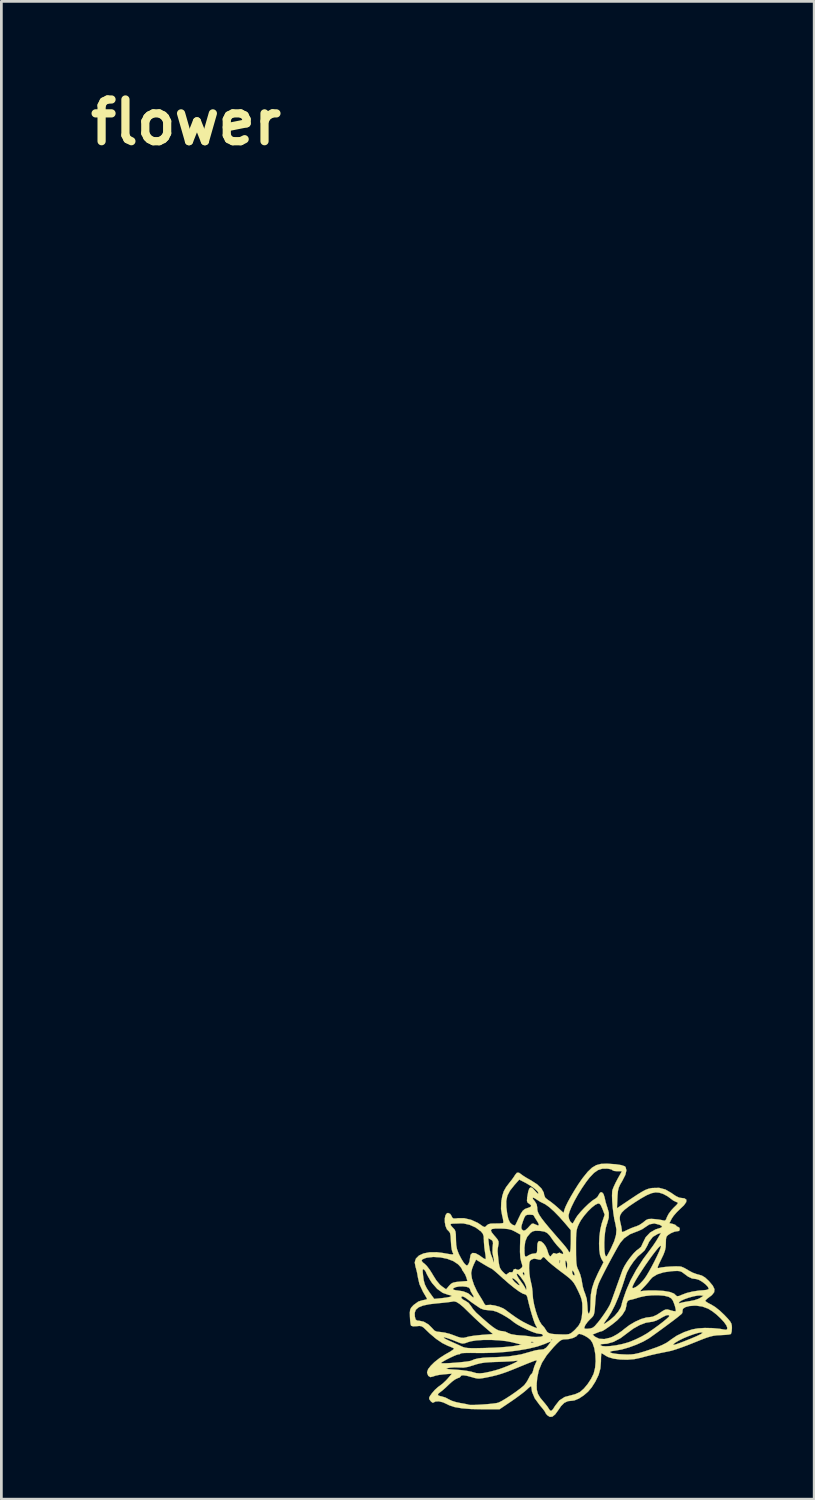
<source format=kicad_pcb>
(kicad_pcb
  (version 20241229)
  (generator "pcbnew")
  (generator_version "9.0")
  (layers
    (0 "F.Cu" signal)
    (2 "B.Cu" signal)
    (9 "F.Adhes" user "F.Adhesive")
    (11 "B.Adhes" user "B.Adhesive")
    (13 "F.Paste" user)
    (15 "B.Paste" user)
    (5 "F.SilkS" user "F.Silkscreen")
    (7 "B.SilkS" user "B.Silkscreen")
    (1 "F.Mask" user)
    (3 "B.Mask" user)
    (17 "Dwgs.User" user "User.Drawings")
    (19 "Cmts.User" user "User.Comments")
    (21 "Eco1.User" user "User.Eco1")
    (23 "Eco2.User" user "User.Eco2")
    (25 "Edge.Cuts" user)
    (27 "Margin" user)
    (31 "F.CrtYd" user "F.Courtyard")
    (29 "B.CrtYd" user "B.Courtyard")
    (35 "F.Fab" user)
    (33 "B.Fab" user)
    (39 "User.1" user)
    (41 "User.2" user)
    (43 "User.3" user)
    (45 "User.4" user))
  (footprint "flower"
    (layer "F.Cu")
    (at 3.745 1.418)
    (property "Reference" "flower" (at 0 0 0) (layer "F.SilkS") (effects (font (size 1.524 1.524) (thickness 0.3))))
    (attr through_hole)
    (fp_poly (pts (xy 15.409 38.038) (xy 15.695 38.058) (xy 15.899 38.089) (xy 16.022 38.131) (xy 16.054 38.159) (xy 16.085 38.279) (xy 16.047 38.444) (xy 15.939 38.656) (xy 15.93 38.672) (xy 15.852 38.805) (xy 15.803 38.916) (xy 15.776 39.035) (xy 15.761 39.193) (xy 15.756 39.295) (xy 15.74 39.665) (xy 16.269 39.31) (xy 16.486 39.166) (xy 16.65 39.065) (xy 16.776 38.997) (xy 16.882 38.956) (xy 16.983 38.932) (xy 17.032 38.925) (xy 17.282 38.92) (xy 17.509 38.98) (xy 17.735 39.111) (xy 17.776 39.142) (xy 17.898 39.223) (xy 18.009 39.275) (xy 18.059 39.285) (xy 18.206 39.303) (xy 18.276 39.354) (xy 18.269 39.439) (xy 18.185 39.558) (xy 18.054 39.682) (xy 17.923 39.809) (xy 17.808 39.942) (xy 17.738 40.047) (xy 17.655 40.21) (xy 17.781 40.238) (xy 17.869 40.269) (xy 17.907 40.304) (xy 17.907 40.305) (xy 17.941 40.339) (xy 17.971 40.344) (xy 18.022 40.379) (xy 18.034 40.428) (xy 18.011 40.493) (xy 17.936 40.504) (xy 17.84 40.521) (xy 17.718 40.572) (xy 17.682 40.593) (xy 17.595 40.651) (xy 17.548 40.708) (xy 17.53 40.79) (xy 17.526 40.927) (xy 17.526 40.941) (xy 17.519 41.083) (xy 17.493 41.212) (xy 17.439 41.357) (xy 17.353 41.536) (xy 17.274 41.699) (xy 17.232 41.8) (xy 17.227 41.846) (xy 17.253 41.85) (xy 17.258 41.849) (xy 17.353 41.827) (xy 17.505 41.808) (xy 17.683 41.794) (xy 17.86 41.787) (xy 18.006 41.788) (xy 18.085 41.797) (xy 18.183 41.837) (xy 18.308 41.906) (xy 18.355 41.937) (xy 18.504 42.017) (xy 18.67 42.077) (xy 18.711 42.086) (xy 18.841 42.124) (xy 18.959 42.195) (xy 19.092 42.318) (xy 19.103 42.33) (xy 19.238 42.49) (xy 19.301 42.62) (xy 19.29 42.732) (xy 19.208 42.836) (xy 19.133 42.894) (xy 19.035 42.968) (xy 18.975 43.027) (xy 18.965 43.045) (xy 19 43.081) (xy 19.091 43.137) (xy 19.177 43.18) (xy 19.325 43.27) (xy 19.497 43.406) (xy 19.664 43.564) (xy 19.794 43.702) (xy 19.875 43.8) (xy 19.919 43.879) (xy 19.936 43.958) (xy 19.939 44.041) (xy 19.93 44.163) (xy 19.907 44.245) (xy 19.894 44.261) (xy 19.832 44.276) (xy 19.711 44.289) (xy 19.553 44.298) (xy 19.524 44.299) (xy 19.39 44.306) (xy 19.27 44.322) (xy 19.144 44.351) (xy 18.995 44.399) (xy 18.804 44.472) (xy 18.563 44.569) (xy 18.327 44.663) (xy 18.099 44.748) (xy 17.899 44.817) (xy 17.747 44.864) (xy 17.695 44.877) (xy 17.52 44.913) (xy 17.317 44.954) (xy 17.187 44.981) (xy 16.994 45.025) (xy 16.775 45.081) (xy 16.616 45.125) (xy 16.378 45.175) (xy 16.117 45.197) (xy 15.855 45.19) (xy 15.615 45.158) (xy 15.421 45.1) (xy 15.341 45.058) (xy 15.245 44.996) (xy 15.184 44.961) (xy 15.175 44.958) (xy 15.165 44.997) (xy 15.158 45.099) (xy 15.155 45.244) (xy 15.155 45.265) (xy 15.135 45.515) (xy 15.07 45.75) (xy 14.952 45.994) (xy 14.816 46.208) (xy 14.686 46.362) (xy 14.523 46.502) (xy 14.352 46.614) (xy 14.193 46.681) (xy 14.111 46.694) (xy 13.947 46.711) (xy 13.816 46.772) (xy 13.698 46.89) (xy 13.601 47.031) (xy 13.484 47.193) (xy 13.382 47.276) (xy 13.288 47.285) (xy 13.192 47.222) (xy 13.19 47.22) (xy 13.137 47.153) (xy 13.123 47.121) (xy 13.097 47.075) (xy 13.029 46.985) (xy 12.931 46.868) (xy 12.914 46.848) (xy 12.736 46.604) (xy 12.637 46.368) (xy 12.616 46.209) (xy 12.607 46.169) (xy 12.571 46.178) (xy 12.496 46.242) (xy 12.457 46.28) (xy 12.357 46.366) (xy 12.207 46.482) (xy 12.03 46.612) (xy 11.874 46.72) (xy 11.451 47.006) (xy 10.837 47.007) (xy 10.418 46.999) (xy 10.076 46.972) (xy 9.809 46.926) (xy 9.61 46.86) (xy 9.552 46.83) (xy 9.389 46.754) (xy 9.235 46.717) (xy 9.113 46.723) (xy 9.07 46.745) (xy 9.014 46.77) (xy 8.957 46.732) (xy 8.929 46.7) (xy 8.886 46.64) (xy 8.879 46.59) (xy 8.912 46.521) (xy 8.934 46.491) (xy 9.199 46.491) (xy 9.27 46.524) (xy 9.335 46.537) (xy 9.477 46.58) (xy 9.603 46.647) (xy 9.708 46.698) (xy 9.861 46.746) (xy 10.015 46.779) (xy 10.161 46.804) (xy 10.271 46.826) (xy 10.321 46.841) (xy 10.321 46.841) (xy 10.373 46.849) (xy 10.489 46.85) (xy 10.649 46.844) (xy 10.832 46.833) (xy 11.02 46.819) (xy 11.192 46.802) (xy 11.327 46.784) (xy 11.407 46.766) (xy 11.407 46.766) (xy 11.523 46.71) (xy 11.681 46.616) (xy 11.861 46.5) (xy 12.041 46.375) (xy 12.202 46.255) (xy 12.324 46.155) (xy 12.37 46.109) (xy 12.373 46.104) (xy 12.806 46.104) (xy 12.812 46.293) (xy 12.853 46.446) (xy 12.935 46.585) (xy 13.017 46.685) (xy 13.12 46.807) (xy 13.206 46.918) (xy 13.245 46.979) (xy 13.295 47.052) (xy 13.344 47.063) (xy 13.403 47.006) (xy 13.482 46.882) (xy 13.637 46.684) (xy 13.831 46.559) (xy 14.053 46.5) (xy 14.215 46.457) (xy 14.374 46.385) (xy 14.403 46.366) (xy 14.533 46.251) (xy 14.671 46.085) (xy 14.795 45.896) (xy 14.885 45.715) (xy 14.891 45.699) (xy 14.942 45.49) (xy 14.962 45.251) (xy 14.951 45.006) (xy 14.935 44.909) (xy 15.487 44.909) (xy 15.499 44.936) (xy 15.583 44.963) (xy 15.732 44.986) (xy 15.909 45) (xy 16.093 45.008) (xy 16.245 45.006) (xy 16.388 44.989) (xy 16.544 44.954) (xy 16.737 44.897) (xy 16.942 44.83) (xy 17.202 44.739) (xy 17.399 44.658) (xy 17.43 44.642) (xy 17.792 44.642) (xy 17.808 44.656) (xy 17.895 44.635) (xy 18.055 44.579) (xy 18.162 44.538) (xy 18.441 44.427) (xy 18.653 44.336) (xy 18.794 44.267) (xy 18.861 44.222) (xy 18.864 44.208) (xy 18.803 44.199) (xy 18.685 44.223) (xy 18.528 44.271) (xy 18.35 44.337) (xy 18.169 44.413) (xy 18.004 44.494) (xy 17.873 44.572) (xy 17.843 44.593) (xy 17.792 44.642) (xy 17.43 44.642) (xy 17.552 44.578) (xy 17.68 44.489) (xy 17.712 44.463) (xy 17.926 44.319) (xy 18.197 44.189) (xy 18.485 44.091) (xy 18.693 44.053) (xy 18.952 44.037) (xy 19.233 44.043) (xy 19.504 44.069) (xy 19.632 44.092) (xy 19.726 44.105) (xy 19.764 44.082) (xy 19.77 44.031) (xy 19.737 43.943) (xy 19.651 43.822) (xy 19.526 43.686) (xy 19.38 43.549) (xy 19.227 43.429) (xy 19.083 43.34) (xy 19.066 43.331) (xy 18.858 43.254) (xy 18.644 43.224) (xy 18.571 43.222) (xy 18.383 43.237) (xy 18.238 43.277) (xy 18.151 43.336) (xy 18.133 43.409) (xy 18.136 43.417) (xy 18.126 43.49) (xy 18.095 43.529) (xy 18.013 43.597) (xy 17.98 43.625) (xy 17.897 43.69) (xy 17.763 43.792) (xy 17.595 43.917) (xy 17.411 44.053) (xy 17.229 44.186) (xy 17.065 44.304) (xy 16.939 44.394) (xy 16.904 44.418) (xy 16.701 44.534) (xy 16.448 44.648) (xy 16.176 44.748) (xy 15.913 44.823) (xy 15.693 44.862) (xy 15.55 44.883) (xy 15.487 44.909) (xy 14.935 44.909) (xy 14.913 44.777) (xy 14.872 44.656) (xy 15.133 44.656) (xy 15.137 44.666) (xy 15.201 44.698) (xy 15.33 44.708) (xy 15.504 44.698) (xy 15.707 44.671) (xy 15.921 44.628) (xy 16.128 44.571) (xy 16.225 44.538) (xy 16.431 44.451) (xy 16.645 44.347) (xy 16.826 44.243) (xy 16.86 44.221) (xy 17.065 44.08) (xy 17.257 43.941) (xy 17.423 43.813) (xy 17.552 43.707) (xy 17.632 43.632) (xy 17.653 43.6) (xy 17.622 43.563) (xy 17.534 43.579) (xy 17.396 43.647) (xy 17.329 43.688) (xy 17.179 43.766) (xy 17.04 43.81) (xy 16.992 43.815) (xy 16.795 43.846) (xy 16.569 43.932) (xy 16.337 44.061) (xy 16.143 44.205) (xy 15.872 44.408) (xy 15.613 44.546) (xy 15.376 44.613) (xy 15.29 44.619) (xy 15.17 44.628) (xy 15.133 44.656) (xy 14.872 44.656) (xy 14.849 44.587) (xy 14.777 44.474) (xy 14.681 44.393) (xy 14.565 44.323) (xy 14.469 44.28) (xy 14.849 44.28) (xy 14.949 44.364) (xy 15.095 44.433) (xy 15.285 44.442) (xy 15.5 44.391) (xy 15.6 44.349) (xy 15.755 44.262) (xy 15.922 44.146) (xy 16.008 44.075) (xy 16.194 43.934) (xy 16.406 43.809) (xy 16.621 43.712) (xy 16.814 43.656) (xy 16.909 43.646) (xy 17.046 43.626) (xy 17.195 43.558) (xy 17.3 43.491) (xy 17.425 43.408) (xy 17.508 43.367) (xy 17.579 43.36) (xy 17.666 43.382) (xy 17.695 43.392) (xy 17.805 43.421) (xy 17.877 43.428) (xy 17.888 43.424) (xy 17.889 43.375) (xy 17.867 43.271) (xy 17.839 43.18) (xy 17.82 43.13) (xy 17.996 43.13) (xy 18.024 43.135) (xy 18.076 43.12) (xy 18.178 43.095) (xy 18.324 43.069) (xy 18.419 43.054) (xy 18.576 43.021) (xy 18.719 42.972) (xy 18.778 42.942) (xy 18.9 42.862) (xy 18.787 42.849) (xy 18.677 42.855) (xy 18.525 42.885) (xy 18.357 42.932) (xy 18.199 42.988) (xy 18.079 43.044) (xy 18.028 43.082) (xy 17.996 43.13) (xy 17.82 43.13) (xy 17.784 43.039) (xy 17.721 42.955) (xy 17.63 42.902) (xy 17.627 42.9) (xy 17.467 42.86) (xy 17.254 42.842) (xy 17.015 42.845) (xy 16.778 42.869) (xy 16.57 42.914) (xy 16.531 42.926) (xy 16.388 42.971) (xy 16.269 43.002) (xy 16.212 43.011) (xy 16.134 43.048) (xy 16.091 43.151) (xy 16.087 43.212) (xy 16.047 43.379) (xy 15.933 43.563) (xy 15.751 43.756) (xy 15.569 43.904) (xy 15.422 44.01) (xy 15.299 44.094) (xy 15.216 44.144) (xy 15.193 44.154) (xy 15.13 44.169) (xy 15.027 44.206) (xy 15.001 44.217) (xy 14.849 44.28) (xy 14.469 44.28) (xy 14.451 44.273) (xy 14.361 44.253) (xy 14.319 44.272) (xy 14.256 44.343) (xy 14.136 44.403) (xy 13.984 44.442) (xy 13.877 44.45) (xy 13.786 44.454) (xy 13.713 44.476) (xy 13.637 44.526) (xy 13.54 44.617) (xy 13.426 44.736) (xy 13.177 45.03) (xy 12.998 45.311) (xy 12.884 45.592) (xy 12.828 45.857) (xy 12.806 46.104) (xy 12.373 46.104) (xy 12.457 45.986) (xy 12.526 45.858) (xy 12.528 45.853) (xy 12.574 45.763) (xy 12.614 45.721) (xy 12.617 45.72) (xy 12.648 45.683) (xy 12.678 45.594) (xy 12.681 45.582) (xy 12.722 45.442) (xy 12.772 45.325) (xy 12.81 45.243) (xy 12.801 45.219) (xy 12.738 45.234) (xy 12.735 45.235) (xy 12.655 45.265) (xy 12.519 45.318) (xy 12.349 45.387) (xy 12.234 45.434) (xy 11.952 45.55) (xy 11.727 45.638) (xy 11.538 45.704) (xy 11.366 45.756) (xy 11.191 45.8) (xy 11.042 45.832) (xy 10.861 45.867) (xy 10.735 45.884) (xy 10.638 45.883) (xy 10.54 45.863) (xy 10.445 45.835) (xy 10.25 45.782) (xy 10.113 45.764) (xy 10.042 45.782) (xy 10.033 45.804) (xy 9.997 45.843) (xy 9.917 45.873) (xy 9.826 45.918) (xy 9.707 46.005) (xy 9.608 46.096) (xy 9.486 46.213) (xy 9.37 46.315) (xy 9.301 46.368) (xy 9.21 46.441) (xy 9.199 46.491) (xy 8.934 46.491) (xy 8.979 46.426) (xy 9.087 46.301) (xy 9.208 46.192) (xy 9.254 46.16) (xy 9.368 46.074) (xy 9.495 45.956) (xy 9.557 45.889) (xy 9.713 45.706) (xy 9.411 45.731) (xy 9.248 45.751) (xy 9.109 45.78) (xy 9.025 45.81) (xy 9.024 45.81) (xy 8.926 45.833) (xy 8.848 45.786) (xy 8.807 45.682) (xy 8.805 45.649) (xy 8.841 45.547) (xy 8.856 45.527) (xy 9.507 45.527) (xy 9.551 45.538) (xy 9.663 45.549) (xy 9.851 45.561) (xy 9.864 45.562) (xy 10.07 45.579) (xy 10.263 45.605) (xy 10.416 45.634) (xy 10.477 45.652) (xy 10.597 45.686) (xy 10.728 45.696) (xy 10.887 45.68) (xy 11.094 45.637) (xy 11.293 45.586) (xy 11.436 45.543) (xy 11.592 45.487) (xy 11.748 45.426) (xy 11.891 45.365) (xy 12.009 45.309) (xy 12.088 45.265) (xy 12.116 45.238) (xy 12.081 45.234) (xy 12.065 45.237) (xy 11.966 45.248) (xy 11.805 45.259) (xy 11.602 45.269) (xy 11.38 45.277) (xy 11.362 45.277) (xy 11.106 45.287) (xy 10.91 45.302) (xy 10.752 45.327) (xy 10.606 45.364) (xy 10.506 45.397) (xy 10.3 45.459) (xy 10.132 45.485) (xy 9.981 45.481) (xy 9.813 45.476) (xy 9.647 45.487) (xy 9.588 45.497) (xy 9.522 45.514) (xy 9.507 45.527) (xy 8.856 45.527) (xy 8.938 45.419) (xy 9.041 45.318) (xy 9.313 45.318) (xy 9.352 45.327) (xy 9.456 45.328) (xy 9.607 45.322) (xy 9.784 45.31) (xy 9.97 45.295) (xy 10.146 45.277) (xy 10.292 45.259) (xy 10.39 45.241) (xy 10.414 45.233) (xy 10.539 45.181) (xy 10.688 45.146) (xy 10.876 45.123) (xy 11.122 45.11) (xy 11.303 45.106) (xy 11.785 45.077) (xy 12.235 45.004) (xy 12.61 44.898) (xy 12.762 44.855) (xy 12.913 44.832) (xy 12.949 44.831) (xy 13.063 44.816) (xy 13.153 44.759) (xy 13.22 44.683) (xy 13.287 44.595) (xy 13.319 44.542) (xy 13.319 44.535) (xy 13.273 44.55) (xy 13.174 44.589) (xy 13.095 44.623) (xy 12.828 44.716) (xy 12.493 44.796) (xy 12.107 44.862) (xy 11.685 44.912) (xy 11.243 44.943) (xy 10.799 44.953) (xy 10.615 44.951) (xy 10.404 44.948) (xy 10.227 44.95) (xy 10.1 44.955) (xy 10.037 44.965) (xy 10.033 44.969) (xy 9.998 44.995) (xy 9.95 45) (xy 9.887 45.018) (xy 9.778 45.063) (xy 9.645 45.125) (xy 9.511 45.193) (xy 9.398 45.256) (xy 9.327 45.303) (xy 9.313 45.318) (xy 9.041 45.318) (xy 9.084 45.277) (xy 9.265 45.135) (xy 9.467 45.005) (xy 9.514 44.979) (xy 9.651 44.901) (xy 9.748 44.835) (xy 9.79 44.794) (xy 9.789 44.787) (xy 9.734 44.758) (xy 9.628 44.713) (xy 9.566 44.69) (xy 9.365 44.591) (xy 9.136 44.436) (xy 9.075 44.384) (xy 9.407 44.384) (xy 9.431 44.411) (xy 9.515 44.459) (xy 9.635 44.515) (xy 9.8 44.589) (xy 9.964 44.663) (xy 10.054 44.706) (xy 10.124 44.736) (xy 10.199 44.757) (xy 10.294 44.77) (xy 10.424 44.776) (xy 10.604 44.776) (xy 10.848 44.771) (xy 10.953 44.768) (xy 11.218 44.759) (xy 11.478 44.745) (xy 11.709 44.727) (xy 11.892 44.709) (xy 11.969 44.698) (xy 12.255 44.646) (xy 11.946 44.567) (xy 12.591 44.567) (xy 12.633 44.574) (xy 12.688 44.566) (xy 12.689 44.551) (xy 12.632 44.541) (xy 12.607 44.548) (xy 12.591 44.567) (xy 11.946 44.567) (xy 11.938 44.565) (xy 11.705 44.519) (xy 11.434 44.489) (xy 11.147 44.474) (xy 10.865 44.475) (xy 10.61 44.491) (xy 10.405 44.524) (xy 10.315 44.55) (xy 10.187 44.595) (xy 10.098 44.607) (xy 10.012 44.586) (xy 9.955 44.564) (xy 9.723 44.471) (xy 13.335 44.471) (xy 13.356 44.492) (xy 13.377 44.471) (xy 13.356 44.45) (xy 13.335 44.471) (xy 9.723 44.471) (xy 9.723 44.471) (xy 9.549 44.409) (xy 9.442 44.382) (xy 9.407 44.384) (xy 9.075 44.384) (xy 8.903 44.24) (xy 8.782 44.123) (xy 8.679 44.024) (xy 8.602 43.975) (xy 8.522 43.963) (xy 8.428 43.972) (xy 8.294 43.978) (xy 8.221 43.955) (xy 8.217 43.949) (xy 8.201 43.885) (xy 8.186 43.763) (xy 8.178 43.623) (xy 8.175 43.482) (xy 8.352 43.482) (xy 8.358 43.622) (xy 8.359 43.629) (xy 8.387 43.727) (xy 8.44 43.767) (xy 8.517 43.773) (xy 8.683 43.809) (xy 8.853 43.908) (xy 8.997 44.051) (xy 9.001 44.057) (xy 9.073 44.134) (xy 9.162 44.172) (xy 9.297 44.186) (xy 9.454 44.208) (xy 9.637 44.255) (xy 9.758 44.298) (xy 9.927 44.362) (xy 10.045 44.395) (xy 10.138 44.399) (xy 10.233 44.378) (xy 10.27 44.366) (xy 10.366 44.344) (xy 10.52 44.32) (xy 10.706 44.3) (xy 10.801 44.291) (xy 11.209 44.26) (xy 10.909 44.005) (xy 10.729 43.847) (xy 10.531 43.663) (xy 10.353 43.491) (xy 10.332 43.47) (xy 10.139 43.282) (xy 9.988 43.156) (xy 9.873 43.085) (xy 9.784 43.064) (xy 9.749 43.07) (xy 9.678 43.083) (xy 9.542 43.1) (xy 9.364 43.12) (xy 9.2 43.135) (xy 8.89 43.17) (xy 8.657 43.219) (xy 8.495 43.284) (xy 8.395 43.37) (xy 8.352 43.482) (xy 8.175 43.482) (xy 8.175 43.47) (xy 8.187 43.371) (xy 8.223 43.297) (xy 8.293 43.219) (xy 8.311 43.2) (xy 8.487 43.072) (xy 8.63 43.028) (xy 8.738 43.006) (xy 8.8 42.986) (xy 8.805 42.98) (xy 8.785 42.936) (xy 8.731 42.842) (xy 8.659 42.721) (xy 8.527 42.438) (xy 8.473 42.206) (xy 8.444 42.04) (xy 8.431 41.982) (xy 8.645 41.982) (xy 8.658 42.123) (xy 8.683 42.303) (xy 8.723 42.447) (xy 8.792 42.586) (xy 8.901 42.75) (xy 8.932 42.793) (xy 9.066 42.977) (xy 9.349 42.948) (xy 9.502 42.928) (xy 9.625 42.905) (xy 9.629 42.904) (xy 10.051 42.904) (xy 10.065 42.951) (xy 10.124 43.006) (xy 10.207 43.048) (xy 10.319 43.121) (xy 10.404 43.231) (xy 10.485 43.351) (xy 10.593 43.473) (xy 10.618 43.497) (xy 10.859 43.712) (xy 11.048 43.876) (xy 11.196 43.994) (xy 11.312 44.074) (xy 11.406 44.123) (xy 11.488 44.147) (xy 11.567 44.154) (xy 11.677 44.178) (xy 11.761 44.221) (xy 11.868 44.264) (xy 12.045 44.295) (xy 12.205 44.31) (xy 12.367 44.321) (xy 12.493 44.334) (xy 12.563 44.345) (xy 12.569 44.348) (xy 12.618 44.358) (xy 12.724 44.364) (xy 12.813 44.365) (xy 12.954 44.358) (xy 13.024 44.335) (xy 13.039 44.306) (xy 13 44.261) (xy 12.901 44.249) (xy 12.796 44.23) (xy 12.641 44.176) (xy 12.459 44.098) (xy 12.272 44.007) (xy 12.102 43.913) (xy 11.972 43.826) (xy 11.938 43.798) (xy 11.848 43.728) (xy 11.711 43.638) (xy 11.557 43.548) (xy 11.553 43.545) (xy 11.368 43.454) (xy 11.218 43.406) (xy 11.07 43.391) (xy 11.066 43.391) (xy 10.888 43.372) (xy 10.752 43.32) (xy 10.747 43.317) (xy 10.563 43.193) (xy 10.429 43.1) (xy 10.324 43.021) (xy 10.273 42.981) (xy 10.178 42.916) (xy 10.102 42.884) (xy 10.095 42.884) (xy 10.051 42.904) (xy 9.629 42.904) (xy 9.689 42.886) (xy 9.695 42.859) (xy 9.621 42.834) (xy 9.582 42.827) (xy 9.375 42.754) (xy 9.173 42.608) (xy 8.99 42.4) (xy 8.916 42.288) (xy 8.84 42.156) (xy 8.785 42.052) (xy 8.763 41.998) (xy 8.763 41.997) (xy 8.734 41.945) (xy 8.697 41.908) (xy 8.662 41.886) (xy 8.645 41.906) (xy 8.645 41.982) (xy 8.431 41.982) (xy 8.409 41.889) (xy 8.383 41.804) (xy 8.353 41.642) (xy 8.371 41.585) (xy 8.603 41.585) (xy 8.657 41.65) (xy 8.718 41.697) (xy 8.798 41.776) (xy 8.897 41.906) (xy 8.995 42.061) (xy 9.013 42.094) (xy 9.141 42.298) (xy 9.271 42.454) (xy 9.342 42.515) (xy 9.5 42.627) (xy 9.512 42.613) (xy 9.749 42.613) (xy 9.777 42.642) (xy 9.864 42.662) (xy 9.895 42.664) (xy 10.124 42.7) (xy 10.305 42.772) (xy 10.394 42.843) (xy 10.473 42.914) (xy 10.511 42.919) (xy 10.496 42.863) (xy 10.459 42.803) (xy 10.4 42.702) (xy 10.372 42.621) (xy 10.372 42.615) (xy 10.334 42.565) (xy 10.239 42.533) (xy 10.11 42.519) (xy 9.972 42.523) (xy 9.85 42.546) (xy 9.767 42.586) (xy 9.749 42.613) (xy 9.512 42.613) (xy 9.608 42.497) (xy 9.678 42.425) (xy 9.755 42.382) (xy 9.866 42.358) (xy 9.997 42.345) (xy 10.278 42.322) (xy 10.241 42.195) (xy 10.194 42.079) (xy 10.174 42.049) (xy 10.415 42.049) (xy 10.443 42.236) (xy 10.516 42.46) (xy 10.623 42.692) (xy 10.717 42.85) (xy 10.799 42.981) (xy 10.864 43.093) (xy 10.893 43.151) (xy 10.942 43.206) (xy 11.009 43.2) (xy 11.118 43.194) (xy 11.271 43.216) (xy 11.436 43.261) (xy 11.579 43.319) (xy 11.642 43.357) (xy 11.864 43.522) (xy 12.039 43.646) (xy 12.187 43.742) (xy 12.328 43.823) (xy 12.482 43.901) (xy 12.488 43.904) (xy 12.635 43.973) (xy 12.75 44.023) (xy 12.814 44.045) (xy 12.821 44.045) (xy 12.811 44.006) (xy 12.772 43.941) (xy 12.737 43.866) (xy 12.688 43.728) (xy 12.632 43.549) (xy 12.574 43.348) (xy 12.521 43.146) (xy 12.478 42.963) (xy 12.47 42.922) (xy 12.436 42.841) (xy 12.394 42.813) (xy 12.302 42.784) (xy 12.161 42.7) (xy 11.98 42.568) (xy 11.769 42.396) (xy 11.572 42.221) (xy 11.568 42.218) (xy 11.912 42.218) (xy 11.923 42.261) (xy 11.983 42.336) (xy 12.023 42.376) (xy 12.127 42.46) (xy 12.179 42.48) (xy 12.174 42.442) (xy 12.104 42.354) (xy 12.075 42.324) (xy 11.989 42.249) (xy 11.927 42.215) (xy 11.912 42.218) (xy 11.568 42.218) (xy 11.422 42.086) (xy 11.295 41.975) (xy 11.203 41.899) (xy 11.159 41.868) (xy 11.159 41.868) (xy 11.112 41.847) (xy 11.014 41.793) (xy 10.883 41.716) (xy 10.863 41.704) (xy 10.594 41.541) (xy 10.504 41.727) (xy 10.449 41.869) (xy 10.418 42.006) (xy 10.415 42.049) (xy 10.174 42.049) (xy 10.14 41.996) (xy 10.088 41.923) (xy 10.075 41.884) (xy 10.047 41.834) (xy 9.975 41.751) (xy 9.927 41.704) (xy 9.761 41.594) (xy 9.539 41.51) (xy 9.289 41.459) (xy 9.035 41.443) (xy 8.805 41.469) (xy 8.727 41.491) (xy 8.626 41.537) (xy 8.603 41.585) (xy 8.371 41.585) (xy 8.397 41.503) (xy 8.508 41.393) (xy 8.677 41.315) (xy 8.897 41.273) (xy 9.159 41.271) (xy 9.377 41.298) (xy 9.565 41.331) (xy 9.683 41.349) (xy 9.745 41.351) (xy 9.763 41.335) (xy 9.751 41.301) (xy 9.732 41.267) (xy 9.707 41.18) (xy 9.686 41.038) (xy 9.675 40.87) (xy 9.675 40.86) (xy 9.664 40.679) (xy 9.643 40.569) (xy 9.608 40.514) (xy 9.601 40.509) (xy 9.528 40.433) (xy 9.479 40.314) (xy 9.472 40.278) (xy 9.663 40.278) (xy 9.726 40.355) (xy 9.755 40.384) (xy 9.81 40.444) (xy 9.841 40.515) (xy 9.855 40.62) (xy 9.859 40.784) (xy 9.859 40.795) (xy 9.867 40.997) (xy 9.897 41.158) (xy 9.957 41.319) (xy 9.972 41.351) (xy 10.047 41.496) (xy 10.124 41.623) (xy 10.171 41.687) (xy 10.235 41.749) (xy 10.276 41.75) (xy 10.313 41.708) (xy 10.354 41.613) (xy 10.37 41.502) (xy 10.394 41.364) (xy 10.46 41.298) (xy 10.568 41.306) (xy 10.717 41.386) (xy 10.805 41.451) (xy 10.887 41.507) (xy 10.939 41.524) (xy 10.943 41.522) (xy 10.948 41.472) (xy 10.937 41.366) (xy 10.922 41.276) (xy 10.896 41.093) (xy 10.881 40.899) (xy 10.88 40.833) (xy 10.875 40.758) (xy 11.037 40.758) (xy 11.067 41.024) (xy 11.093 41.187) (xy 11.129 41.332) (xy 11.158 41.408) (xy 11.203 41.517) (xy 11.222 41.601) (xy 11.233 41.642) (xy 11.246 41.625) (xy 11.248 41.552) (xy 11.225 41.443) (xy 11.22 41.427) (xy 11.194 41.279) (xy 11.197 41.102) (xy 11.2 41.071) (xy 11.213 40.943) (xy 11.203 40.87) (xy 11.163 40.826) (xy 11.133 40.809) (xy 11.037 40.758) (xy 10.875 40.758) (xy 10.872 40.688) (xy 10.839 40.592) (xy 10.769 40.507) (xy 10.763 40.502) (xy 10.714 40.466) (xy 11.135 40.466) (xy 11.162 40.541) (xy 11.253 40.655) (xy 11.286 40.692) (xy 11.374 40.798) (xy 11.414 40.878) (xy 11.416 40.962) (xy 11.406 41.015) (xy 11.386 41.135) (xy 11.38 41.225) (xy 11.38 41.233) (xy 11.402 41.473) (xy 11.421 41.644) (xy 11.442 41.764) (xy 11.469 41.847) (xy 11.506 41.91) (xy 11.556 41.97) (xy 11.568 41.983) (xy 11.651 42.064) (xy 11.701 42.088) (xy 11.731 42.068) (xy 12.076 42.068) (xy 12.092 42.123) (xy 12.149 42.222) (xy 12.232 42.34) (xy 12.321 42.465) (xy 12.385 42.57) (xy 12.409 42.63) (xy 12.42 42.646) (xy 12.433 42.603) (xy 12.421 42.513) (xy 12.371 42.394) (xy 12.345 42.349) (xy 12.234 42.188) (xy 12.148 42.087) (xy 12.093 42.053) (xy 12.076 42.068) (xy 11.731 42.068) (xy 11.738 42.063) (xy 11.748 42.05) (xy 11.787 42.026) (xy 12.297 42.026) (xy 12.304 42.058) (xy 12.334 42.114) (xy 12.345 42.122) (xy 12.359 42.087) (xy 12.361 42.058) (xy 12.339 42.002) (xy 12.32 41.995) (xy 12.297 42.026) (xy 11.787 42.026) (xy 11.823 42.003) (xy 11.868 42.008) (xy 11.928 42.006) (xy 11.938 41.975) (xy 11.967 41.902) (xy 12.03 41.879) (xy 12.075 41.903) (xy 12.136 41.919) (xy 12.214 41.876) (xy 12.227 41.864) (xy 12.531 41.864) (xy 12.542 42.051) (xy 12.569 42.24) (xy 12.595 42.351) (xy 12.634 42.527) (xy 12.657 42.718) (xy 12.659 42.774) (xy 12.674 42.967) (xy 12.714 43.187) (xy 12.772 43.412) (xy 12.842 43.623) (xy 12.917 43.798) (xy 12.991 43.917) (xy 13.014 43.939) (xy 13.087 44.021) (xy 13.147 44.116) (xy 13.189 44.18) (xy 13.248 44.223) (xy 13.34 44.25) (xy 13.481 44.265) (xy 13.689 44.273) (xy 13.729 44.274) (xy 13.884 44.275) (xy 13.986 44.262) (xy 14.066 44.224) (xy 14.157 44.148) (xy 14.207 44.101) (xy 14.268 44.034) (xy 14.544 44.034) (xy 14.566 44.064) (xy 14.651 44.069) (xy 14.773 44.055) (xy 14.861 44.025) (xy 14.934 43.964) (xy 14.997 43.891) (xy 15.26 43.891) (xy 15.306 43.871) (xy 15.411 43.8) (xy 15.512 43.725) (xy 15.658 43.595) (xy 15.785 43.444) (xy 15.876 43.294) (xy 15.917 43.169) (xy 15.917 43.154) (xy 15.931 43.099) (xy 15.968 42.983) (xy 16.023 42.823) (xy 16.07 42.691) (xy 16.593 42.691) (xy 16.615 42.698) (xy 16.643 42.691) (xy 16.728 42.678) (xy 16.872 42.669) (xy 17.054 42.667) (xy 17.164 42.668) (xy 17.456 42.686) (xy 17.678 42.725) (xy 17.826 42.783) (xy 17.883 42.837) (xy 17.932 42.878) (xy 18.011 42.869) (xy 18.11 42.826) (xy 18.282 42.761) (xy 18.504 42.707) (xy 18.744 42.671) (xy 18.87 42.662) (xy 19.008 42.648) (xy 19.083 42.621) (xy 19.092 42.604) (xy 19.058 42.53) (xy 18.97 42.439) (xy 18.854 42.35) (xy 18.734 42.28) (xy 18.632 42.249) (xy 18.624 42.249) (xy 18.481 42.229) (xy 18.338 42.161) (xy 18.183 42.046) (xy 18.112 41.994) (xy 18.042 41.964) (xy 17.948 41.954) (xy 17.805 41.959) (xy 17.729 41.964) (xy 17.444 42.005) (xy 17.207 42.081) (xy 17.032 42.189) (xy 16.955 42.275) (xy 16.885 42.366) (xy 16.782 42.482) (xy 16.715 42.552) (xy 16.625 42.646) (xy 16.593 42.691) (xy 16.07 42.691) (xy 16.083 42.655) (xy 16.122 42.564) (xy 16.298 42.564) (xy 16.328 42.586) (xy 16.416 42.549) (xy 16.477 42.511) (xy 16.57 42.433) (xy 16.679 42.318) (xy 16.739 42.246) (xy 16.816 42.134) (xy 16.909 41.978) (xy 17.011 41.794) (xy 17.112 41.6) (xy 17.205 41.411) (xy 17.281 41.245) (xy 17.332 41.117) (xy 17.349 41.044) (xy 17.349 41.039) (xy 17.321 41.04) (xy 17.256 41.102) (xy 17.163 41.214) (xy 17.048 41.363) (xy 16.92 41.539) (xy 16.786 41.731) (xy 16.655 41.927) (xy 16.533 42.117) (xy 16.429 42.287) (xy 16.351 42.429) (xy 16.306 42.529) (xy 16.298 42.564) (xy 16.122 42.564) (xy 16.237 42.297) (xy 16.447 41.911) (xy 16.699 41.519) (xy 16.959 41.169) (xy 17.06 41.031) (xy 17.17 40.867) (xy 17.222 40.781) (xy 17.351 40.562) (xy 17.227 40.605) (xy 17.049 40.711) (xy 16.911 40.892) (xy 16.852 41.024) (xy 16.75 41.204) (xy 16.641 41.305) (xy 16.5 41.428) (xy 16.351 41.604) (xy 16.214 41.805) (xy 16.109 42.003) (xy 16.071 42.1) (xy 15.929 42.536) (xy 15.796 42.9) (xy 15.667 43.203) (xy 15.537 43.458) (xy 15.401 43.676) (xy 15.323 43.783) (xy 15.267 43.862) (xy 15.26 43.891) (xy 14.997 43.891) (xy 15.036 43.848) (xy 15.154 43.696) (xy 15.274 43.528) (xy 15.384 43.362) (xy 15.469 43.216) (xy 15.51 43.126) (xy 15.553 43.009) (xy 15.614 42.839) (xy 15.685 42.643) (xy 15.727 42.524) (xy 15.798 42.326) (xy 15.866 42.138) (xy 15.92 41.987) (xy 15.943 41.924) (xy 16.009 41.785) (xy 16.109 41.622) (xy 16.229 41.457) (xy 16.351 41.31) (xy 16.461 41.202) (xy 16.523 41.159) (xy 16.623 41.071) (xy 16.686 40.931) (xy 16.789 40.724) (xy 16.952 40.552) (xy 17.153 40.437) (xy 17.211 40.419) (xy 17.34 40.378) (xy 17.39 40.343) (xy 17.364 40.305) (xy 17.291 40.266) (xy 17.102 40.218) (xy 16.926 40.254) (xy 16.797 40.339) (xy 16.661 40.431) (xy 16.504 40.502) (xy 16.472 40.512) (xy 16.217 40.613) (xy 16.002 40.761) (xy 15.861 40.926) (xy 15.777 41.065) (xy 15.671 41.254) (xy 15.549 41.476) (xy 15.423 41.711) (xy 15.302 41.943) (xy 15.195 42.154) (xy 15.111 42.324) (xy 15.064 42.43) (xy 15.005 42.631) (xy 14.964 42.899) (xy 14.946 43.112) (xy 14.933 43.315) (xy 14.918 43.452) (xy 14.898 43.543) (xy 14.866 43.608) (xy 14.816 43.664) (xy 14.772 43.706) (xy 14.67 43.814) (xy 14.59 43.924) (xy 14.574 43.954) (xy 14.544 44.034) (xy 14.268 44.034) (xy 14.327 43.971) (xy 14.406 43.834) (xy 14.452 43.669) (xy 14.474 43.455) (xy 14.477 43.294) (xy 14.473 43.139) (xy 14.452 43.011) (xy 14.409 42.877) (xy 14.333 42.708) (xy 14.309 42.659) (xy 14.235 42.511) (xy 14.169 42.399) (xy 14.095 42.306) (xy 13.997 42.214) (xy 13.859 42.104) (xy 13.762 42.031) (xy 14.105 42.031) (xy 14.141 42.102) (xy 14.179 42.122) (xy 14.197 42.089) (xy 14.172 42.011) (xy 14.132 41.948) (xy 14.106 41.948) (xy 14.105 41.949) (xy 14.105 42.031) (xy 13.762 42.031) (xy 13.713 41.995) (xy 13.537 41.86) (xy 13.375 41.73) (xy 13.245 41.619) (xy 13.239 41.614) (xy 13.638 41.614) (xy 13.645 41.674) (xy 13.659 41.667) (xy 13.66 41.663) (xy 13.856 41.663) (xy 13.871 41.768) (xy 13.893 41.867) (xy 13.906 41.888) (xy 13.916 41.837) (xy 13.919 41.811) (xy 13.922 41.699) (xy 13.909 41.625) (xy 13.878 41.573) (xy 13.859 41.591) (xy 13.856 41.663) (xy 13.66 41.663) (xy 13.665 41.58) (xy 13.659 41.561) (xy 13.644 41.555) (xy 13.638 41.614) (xy 13.239 41.614) (xy 13.169 41.545) (xy 13.093 41.466) (xy 13.049 41.444) (xy 13.015 41.473) (xy 13.003 41.492) (xy 12.953 41.543) (xy 12.88 41.54) (xy 12.839 41.526) (xy 12.713 41.505) (xy 12.628 41.534) (xy 12.575 41.572) (xy 12.546 41.629) (xy 12.533 41.728) (xy 12.531 41.864) (xy 12.227 41.864) (xy 12.271 41.825) (xy 12.286 41.772) (xy 12.265 41.685) (xy 12.247 41.635) (xy 12.212 41.48) (xy 12.198 41.261) (xy 12.199 41.167) (xy 12.361 41.167) (xy 12.365 41.327) (xy 12.382 41.413) (xy 12.418 41.436) (xy 12.482 41.404) (xy 12.512 41.382) (xy 12.618 41.334) (xy 12.711 41.319) (xy 12.779 41.312) (xy 12.814 41.281) (xy 12.826 41.202) (xy 12.827 41.104) (xy 12.835 40.964) (xy 12.864 40.888) (xy 12.897 40.864) (xy 12.97 40.877) (xy 13.055 40.947) (xy 13.135 41.054) (xy 13.189 41.175) (xy 13.194 41.19) (xy 13.23 41.306) (xy 13.26 41.374) (xy 13.293 41.425) (xy 13.326 41.412) (xy 13.365 41.36) (xy 13.427 41.299) (xy 13.474 41.313) (xy 13.537 41.334) (xy 13.575 41.311) (xy 13.645 41.288) (xy 13.691 41.314) (xy 13.754 41.34) (xy 13.778 41.319) (xy 13.766 41.267) (xy 13.706 41.184) (xy 13.661 41.138) (xy 13.548 41.016) (xy 13.431 40.87) (xy 13.387 40.807) (xy 13.281 40.658) (xy 13.192 40.568) (xy 13.095 40.519) (xy 12.966 40.496) (xy 12.905 40.491) (xy 12.76 40.487) (xy 12.665 40.508) (xy 12.588 40.56) (xy 12.58 40.568) (xy 12.46 40.71) (xy 12.39 40.877) (xy 12.363 41.091) (xy 12.361 41.167) (xy 12.199 41.167) (xy 12.2 41.046) (xy 12.213 40.626) (xy 12.023 40.519) (xy 11.904 40.461) (xy 11.781 40.427) (xy 11.625 40.41) (xy 11.483 40.405) (xy 11.29 40.406) (xy 11.175 40.424) (xy 11.135 40.466) (xy 10.714 40.466) (xy 10.583 40.371) (xy 12.245 40.371) (xy 12.261 40.428) (xy 12.275 40.447) (xy 12.328 40.484) (xy 12.392 40.467) (xy 12.481 40.389) (xy 12.558 40.304) (xy 12.627 40.234) (xy 12.685 40.224) (xy 12.759 40.256) (xy 12.855 40.296) (xy 12.89 40.277) (xy 12.864 40.201) (xy 12.808 40.11) (xy 12.743 40.009) (xy 12.705 39.939) (xy 12.7 39.925) (xy 12.663 39.908) (xy 12.57 39.9) (xy 12.546 39.9) (xy 12.459 39.905) (xy 12.403 39.931) (xy 12.36 39.998) (xy 12.311 40.125) (xy 12.306 40.141) (xy 12.259 40.283) (xy 12.245 40.371) (xy 10.583 40.371) (xy 10.58 40.368) (xy 10.358 40.269) (xy 10.134 40.219) (xy 10.036 40.216) (xy 9.895 40.222) (xy 9.775 40.225) (xy 9.747 40.226) (xy 9.67 40.237) (xy 9.663 40.278) (xy 9.472 40.278) (xy 9.453 40.173) (xy 9.452 40.034) (xy 9.478 39.918) (xy 9.53 39.847) (xy 9.571 39.836) (xy 9.652 39.874) (xy 9.696 39.946) (xy 9.729 40.013) (xy 9.777 40.04) (xy 9.869 40.037) (xy 9.929 40.028) (xy 10.163 40.029) (xy 10.416 40.089) (xy 10.658 40.2) (xy 10.739 40.254) (xy 10.842 40.326) (xy 10.902 40.351) (xy 10.944 40.335) (xy 10.979 40.297) (xy 11.039 40.25) (xy 11.13 40.226) (xy 11.277 40.222) (xy 11.304 40.222) (xy 11.444 40.221) (xy 11.548 40.212) (xy 11.587 40.201) (xy 11.591 40.149) (xy 11.574 40.042) (xy 11.547 39.931) (xy 11.505 39.693) (xy 11.513 39.452) (xy 11.515 39.434) (xy 11.521 39.396) (xy 11.696 39.396) (xy 11.7 39.62) (xy 11.7 39.624) (xy 11.732 39.88) (xy 11.774 40.063) (xy 11.833 40.187) (xy 11.914 40.262) (xy 12.014 40.299) (xy 12.036 40.265) (xy 12.082 40.173) (xy 12.142 40.042) (xy 12.145 40.037) (xy 12.227 39.866) (xy 12.298 39.758) (xy 12.376 39.694) (xy 12.475 39.656) (xy 12.499 39.65) (xy 12.594 39.61) (xy 12.605 39.559) (xy 12.533 39.498) (xy 12.526 39.495) (xy 12.473 39.454) (xy 12.453 39.393) (xy 12.461 39.284) (xy 12.66 39.284) (xy 12.68 39.34) (xy 12.742 39.412) (xy 12.809 39.528) (xy 12.827 39.635) (xy 12.83 39.707) (xy 12.843 39.776) (xy 12.872 39.851) (xy 12.922 39.94) (xy 12.999 40.05) (xy 13.108 40.19) (xy 13.254 40.367) (xy 13.445 40.589) (xy 13.684 40.864) (xy 13.769 40.961) (xy 13.868 41.08) (xy 13.939 41.176) (xy 13.97 41.231) (xy 13.97 41.233) (xy 14.002 41.274) (xy 14.012 41.275) (xy 14.032 41.235) (xy 14.047 41.123) (xy 14.047 41.106) (xy 14.245 41.106) (xy 14.246 41.36) (xy 14.25 41.547) (xy 14.26 41.681) (xy 14.276 41.779) (xy 14.3 41.857) (xy 14.336 41.931) (xy 14.34 41.939) (xy 14.399 42.086) (xy 14.446 42.265) (xy 14.462 42.362) (xy 14.493 42.533) (xy 14.541 42.698) (xy 14.572 42.772) (xy 14.637 42.976) (xy 14.661 43.227) (xy 14.671 43.406) (xy 14.69 43.5) (xy 14.717 43.511) (xy 14.749 43.452) (xy 14.761 43.379) (xy 14.77 43.248) (xy 14.774 43.084) (xy 14.774 43.056) (xy 14.788 42.813) (xy 14.832 42.579) (xy 14.914 42.332) (xy 15.041 42.049) (xy 15.095 41.94) (xy 15.248 41.639) (xy 15.171 41.51) (xy 15.122 41.376) (xy 15.095 41.181) (xy 15.087 40.948) (xy 15.099 40.697) (xy 15.13 40.451) (xy 15.181 40.232) (xy 15.193 40.192) (xy 15.292 39.899) (xy 15.211 39.688) (xy 15.154 39.56) (xy 15.105 39.5) (xy 15.048 39.49) (xy 15.047 39.491) (xy 14.948 39.538) (xy 14.819 39.639) (xy 14.679 39.777) (xy 14.543 39.935) (xy 14.428 40.095) (xy 14.372 40.193) (xy 14.324 40.293) (xy 14.29 40.38) (xy 14.267 40.469) (xy 14.254 40.579) (xy 14.247 40.727) (xy 14.245 40.931) (xy 14.245 41.106) (xy 14.047 41.106) (xy 14.054 40.952) (xy 14.055 40.87) (xy 14.055 40.465) (xy 13.854 40.225) (xy 13.642 39.985) (xy 13.601 39.943) (xy 13.97 39.943) (xy 13.99 40.054) (xy 14.039 40.154) (xy 14.1 40.212) (xy 14.12 40.217) (xy 14.148 40.183) (xy 14.198 40.096) (xy 14.228 40.039) (xy 14.3 39.931) (xy 14.415 39.794) (xy 14.553 39.647) (xy 14.697 39.508) (xy 14.83 39.395) (xy 14.932 39.326) (xy 14.949 39.318) (xy 15.024 39.257) (xy 15.071 39.178) (xy 15.127 39.09) (xy 15.189 39.08) (xy 15.247 39.142) (xy 15.289 39.271) (xy 15.291 39.286) (xy 15.328 39.447) (xy 15.377 39.606) (xy 15.388 39.635) (xy 15.442 39.825) (xy 15.44 40.009) (xy 15.382 40.219) (xy 15.367 40.259) (xy 15.331 40.384) (xy 15.305 40.545) (xy 15.287 40.727) (xy 15.278 40.915) (xy 15.279 41.094) (xy 15.288 41.248) (xy 15.306 41.363) (xy 15.333 41.423) (xy 15.367 41.415) (xy 15.4 41.362) (xy 15.458 41.256) (xy 15.524 41.127) (xy 15.642 40.863) (xy 15.706 40.642) (xy 15.721 40.445) (xy 15.688 40.253) (xy 15.686 40.246) (xy 15.646 40.07) (xy 15.64 40.034) (xy 15.839 40.034) (xy 15.856 40.156) (xy 15.868 40.201) (xy 15.898 40.335) (xy 15.916 40.446) (xy 15.917 40.472) (xy 15.921 40.519) (xy 15.947 40.532) (xy 16.011 40.509) (xy 16.118 40.456) (xy 16.261 40.391) (xy 16.394 40.341) (xy 16.444 40.326) (xy 16.555 40.278) (xy 16.679 40.197) (xy 16.714 40.168) (xy 16.807 40.094) (xy 16.89 40.059) (xy 16.999 40.053) (xy 17.098 40.059) (xy 17.247 40.075) (xy 17.374 40.096) (xy 17.426 40.109) (xy 17.49 40.117) (xy 17.533 40.075) (xy 17.568 39.985) (xy 17.627 39.871) (xy 17.727 39.737) (xy 17.81 39.647) (xy 17.913 39.547) (xy 17.961 39.489) (xy 17.96 39.458) (xy 17.918 39.438) (xy 17.902 39.433) (xy 17.798 39.383) (xy 17.695 39.306) (xy 17.585 39.225) (xy 17.448 39.151) (xy 17.42 39.138) (xy 17.283 39.095) (xy 17.148 39.085) (xy 17.001 39.115) (xy 16.829 39.187) (xy 16.618 39.306) (xy 16.409 39.438) (xy 16.18 39.593) (xy 16.017 39.719) (xy 15.911 39.826) (xy 15.854 39.927) (xy 15.839 40.034) (xy 15.64 40.034) (xy 15.611 39.855) (xy 15.584 39.624) (xy 15.566 39.397) (xy 15.56 39.198) (xy 15.567 39.048) (xy 15.576 38.997) (xy 15.618 38.889) (xy 15.687 38.74) (xy 15.769 38.584) (xy 15.921 38.312) (xy 15.75 38.312) (xy 15.643 38.303) (xy 15.583 38.282) (xy 15.579 38.274) (xy 15.541 38.248) (xy 15.444 38.225) (xy 15.378 38.217) (xy 15.204 38.22) (xy 15.05 38.269) (xy 14.9 38.373) (xy 14.741 38.541) (xy 14.617 38.701) (xy 14.462 38.927) (xy 14.315 39.164) (xy 14.185 39.397) (xy 14.079 39.612) (xy 14.005 39.792) (xy 13.971 39.923) (xy 13.97 39.943) (xy 13.601 39.943) (xy 13.442 39.78) (xy 13.266 39.622) (xy 13.123 39.52) (xy 13.073 39.495) (xy 12.941 39.43) (xy 12.807 39.345) (xy 12.795 39.336) (xy 12.701 39.28) (xy 12.66 39.284) (xy 12.461 39.284) (xy 12.461 39.283) (xy 12.465 39.25) (xy 12.5 39.054) (xy 12.54 38.94) (xy 12.593 38.901) (xy 12.663 38.935) (xy 12.757 39.038) (xy 12.76 39.042) (xy 12.831 39.121) (xy 12.864 39.13) (xy 12.869 39.107) (xy 12.833 39.04) (xy 12.734 38.948) (xy 12.585 38.843) (xy 12.402 38.736) (xy 12.34 38.704) (xy 12.171 38.618) (xy 11.99 38.822) (xy 11.832 39.022) (xy 11.737 39.205) (xy 11.696 39.396) (xy 11.521 39.396) (xy 11.552 39.213) (xy 11.606 39.044) (xy 11.692 38.892) (xy 11.806 38.742) (xy 11.904 38.619) (xy 11.984 38.506) (xy 12.019 38.449) (xy 12.083 38.369) (xy 12.161 38.367) (xy 12.243 38.426) (xy 12.319 38.481) (xy 12.444 38.559) (xy 12.593 38.643) (xy 12.607 38.651) (xy 12.825 38.792) (xy 12.981 38.943) (xy 13.067 39.095) (xy 13.081 39.182) (xy 13.123 39.282) (xy 13.219 39.359) (xy 13.323 39.431) (xy 13.457 39.537) (xy 13.574 39.638) (xy 13.792 39.835) (xy 13.82 39.722) (xy 13.865 39.603) (xy 13.948 39.432) (xy 14.06 39.229) (xy 14.189 39.011) (xy 14.325 38.795) (xy 14.459 38.601) (xy 14.499 38.547) (xy 14.673 38.332) (xy 14.829 38.183) (xy 14.983 38.091) (xy 15.155 38.045) (xy 15.362 38.036) (xy 15.409 38.038)) (stroke (width 0.01) (type solid)) (fill yes) (layer "F.SilkS")))
  (gr_rect
    (start -3 -3)
    (end 26.689 51.708)
    (stroke (width 0.1) (type default))
    (fill no)
    (layer "Edge.Cuts")))
</source>
